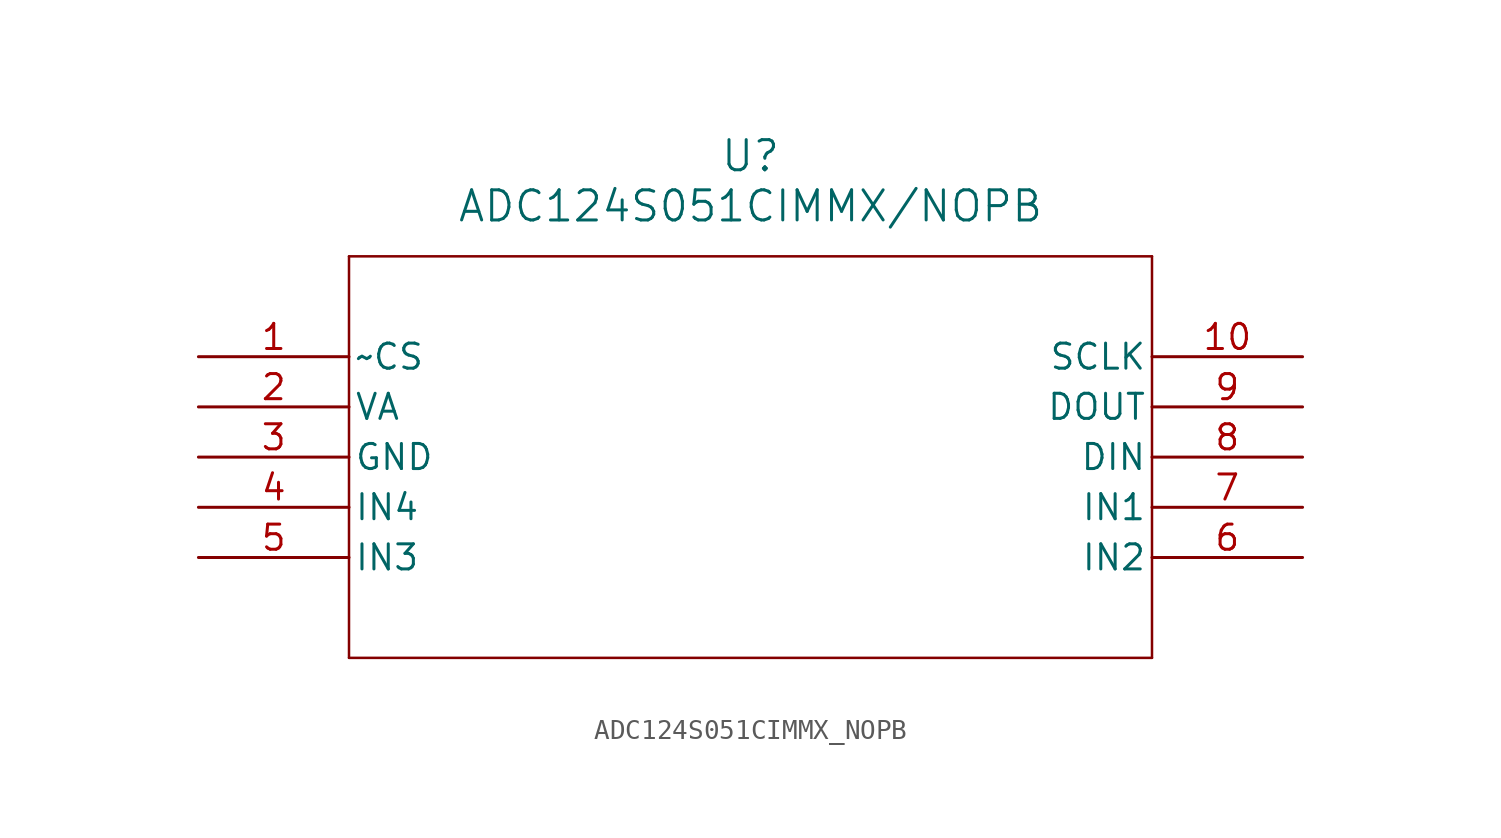
<source format=kicad_sym>
(kicad_symbol_lib
  (version 20211014)
  (generator kicad_symbol_editor)
  (symbol "ADC124S051CIMMX_NOPB"
    (pin_names
      (offset 0.254))
    (property "Reference" "U"
      (at 27.94 10.16 0)
      (effects (font (size 1.524 1.524))))
    (property "Value" "ADC124S051CIMMX/NOPB"
      (at 27.94 7.62 0)
      (effects (font (size 1.524 1.524))))
    (symbol "ADC124S051CIMMX_NOPB_0_1"
      (polyline (pts (xy 7.62 5.08) (xy 7.62 -15.24)) (stroke (width 0.127) (type default) (color 0 0 0 0)) (fill (type none)))
      (polyline (pts (xy 7.62 -15.24) (xy 48.26 -15.24)) (stroke (width 0.127) (type default) (color 0 0 0 0)) (fill (type none)))
      (polyline (pts (xy 48.26 -15.24) (xy 48.26 5.08)) (stroke (width 0.127) (type default) (color 0 0 0 0)) (fill (type none)))
      (polyline (pts (xy 48.26 5.08) (xy 7.62 5.08)) (stroke (width 0.127) (type default) (color 0 0 0 0)) (fill (type none)))
      (pin passive line (at 0 0 0) (length 7.62) (name "~CS" (effects (font (size 1.27 1.27)))) (number "1" (effects (font (size 1.27 1.27)))))
      (pin passive line (at 0 -2.54 0) (length 7.62) (name "VA" (effects (font (size 1.27 1.27)))) (number "2" (effects (font (size 1.27 1.27)))))
      (pin passive line (at 0 -5.08 0) (length 7.62) (name "GND" (effects (font (size 1.27 1.27)))) (number "3" (effects (font (size 1.27 1.27)))))
      (pin input line (at 0 -7.62 0) (length 7.62) (name "IN4" (effects (font (size 1.27 1.27)))) (number "4" (effects (font (size 1.27 1.27)))))
      (pin input line (at 0 -10.16 0) (length 7.62) (name "IN3" (effects (font (size 1.27 1.27)))) (number "5" (effects (font (size 1.27 1.27)))))
      (pin input line (at 55.88 -10.16 180) (length 7.62) (name "IN2" (effects (font (size 1.27 1.27)))) (number "6" (effects (font (size 1.27 1.27)))))
      (pin input line (at 55.88 -7.62 180) (length 7.62) (name "IN1" (effects (font (size 1.27 1.27)))) (number "7" (effects (font (size 1.27 1.27)))))
      (pin input line (at 55.88 -5.08 180) (length 7.62) (name "DIN" (effects (font (size 1.27 1.27)))) (number "8" (effects (font (size 1.27 1.27)))))
      (pin output line (at 55.88 -2.54 180) (length 7.62) (name "DOUT" (effects (font (size 1.27 1.27)))) (number "9" (effects (font (size 1.27 1.27)))))
      (pin passive line (at 55.88 0 180) (length 7.62) (name "SCLK" (effects (font (size 1.27 1.27)))) (number "10" (effects (font (size 1.27 1.27))))))))
</source>
